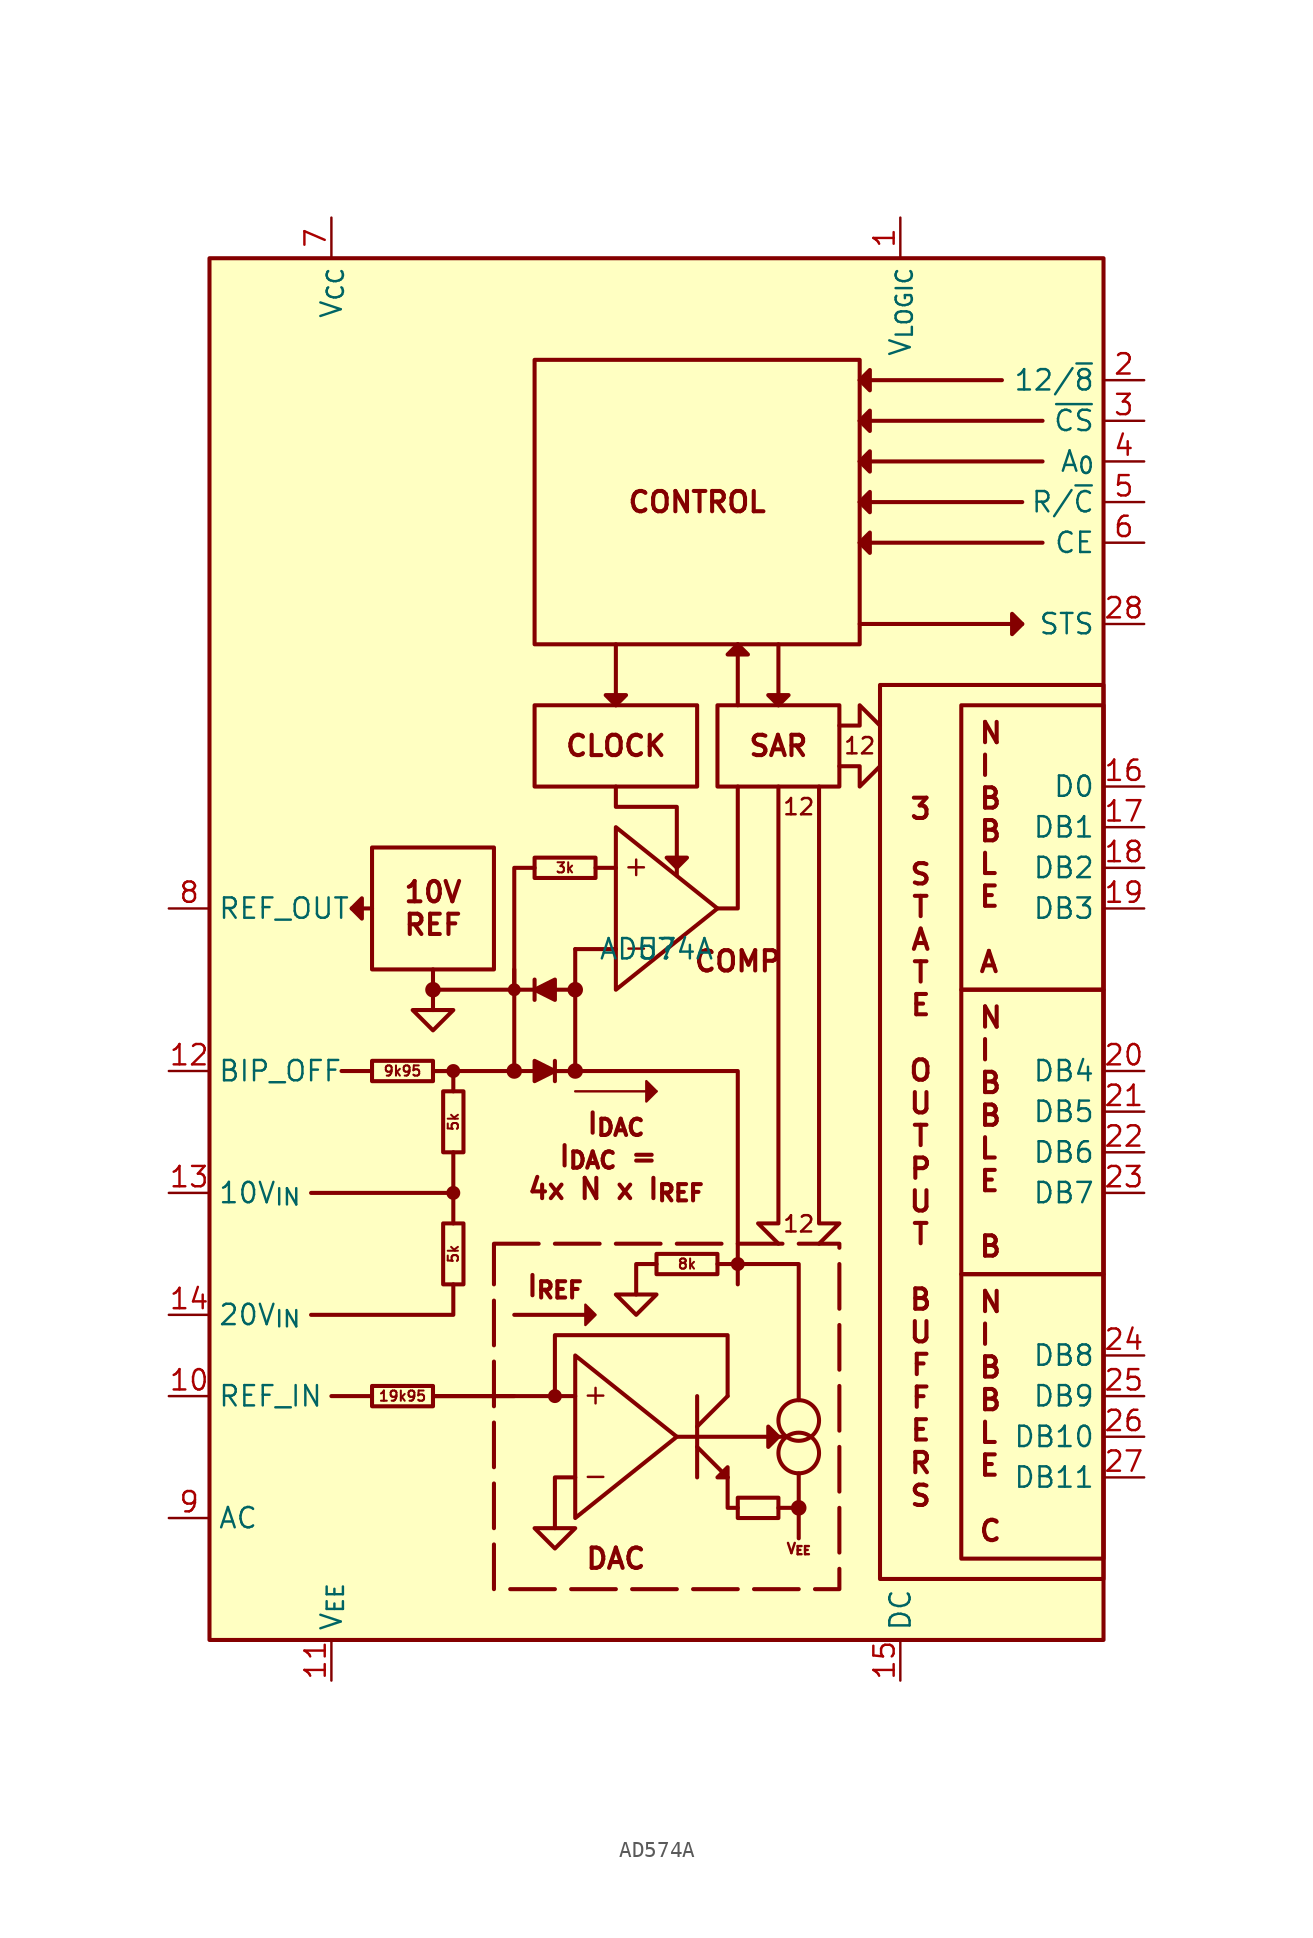
<source format=kicad_sym>
(kicad_symbol_lib
  (version 20231120)
  (generator "kicad_symbol_editor")
  (generator_version "8.0")
  (symbol "AD574A"
    (property "Reference" "U"
      (at 0 0 0)
      (effects (font (size 1.27 1.27))))
    (property "Value" "AD574A"
      (at 0 0 0)
      (effects (font (size 1.27 1.27))))
    (symbol "AD574A_1_1"
      (rectangle (start -27.94 43.18) (end 27.94 -43.18) (stroke (width 0.254) (type default)) (fill (type background)))
      (circle (center -13.97 -2.54) (radius 0.359) (stroke (width 0.254) (type default)) (fill (type outline)))
      (circle (center -12.7 -15.24) (radius 0.359) (stroke (width 0) (type default)) (fill (type outline)))
      (circle (center -12.7 -7.62) (radius 0.359) (stroke (width 0) (type default)) (fill (type outline)))
      (rectangle (start -10.16 -18.415) (end 11.43 -40.005) (stroke (width 0.254) (type dash)) (fill (type none)))
      (circle (center -8.89 -7.62) (radius 0.359) (stroke (width 0.254) (type default)) (fill (type outline)))
      (circle (center -8.89 -2.54) (radius 0.276) (stroke (width 0.254) (type default)) (fill (type outline)))
      (circle (center -6.35 -27.94) (radius 0.359) (stroke (width 0) (type default)) (fill (type outline)))
      (circle (center -5.08 -7.62) (radius 0.359) (stroke (width 0.254) (type default)) (fill (type outline)))
      (circle (center -5.08 -2.54) (radius 0.359) (stroke (width 0.254) (type default)) (fill (type outline)))
      (polyline (pts (xy -20.32 -27.94) (xy -17.78 -27.94)) (stroke (width 0.254) (type default)) (fill (type none)))
      (polyline (pts (xy -19.05 2.54) (xy -17.78 2.54)) (stroke (width 0.254) (type default)) (fill (type none)))
      (polyline (pts (xy -17.78 -7.62) (xy -19.685 -7.62)) (stroke (width 0.254) (type default)) (fill (type none)))
      (polyline (pts (xy -13.97 -27.94) (xy -6.35 -27.94)) (stroke (width 0.254) (type default)) (fill (type none)))
      (polyline (pts (xy -13.97 -1.27) (xy -13.97 -3.81)) (stroke (width 0.254) (type default)) (fill (type none)))
      (polyline (pts (xy -12.7 -15.24) (xy -12.7 -12.7)) (stroke (width 0.254) (type default)) (fill (type none)))
      (polyline (pts (xy -8.89 -22.86) (xy -4.445 -22.86)) (stroke (width 0.254) (type default)) (fill (type none)))
      (polyline (pts (xy -8.89 -7.62) (xy -13.97 -7.62)) (stroke (width 0.254) (type default)) (fill (type none)))
      (polyline (pts (xy -7.62 -1.905) (xy -7.62 -3.175)) (stroke (width 0.254) (type default)) (fill (type none)))
      (polyline (pts (xy -6.35 -8.255) (xy -6.35 -6.985)) (stroke (width 0.254) (type default)) (fill (type none)))
      (polyline (pts (xy -5.08 -8.89) (xy 0 -8.89)) (stroke (width 0) (type default)) (fill (type none)))
      (polyline (pts (xy -2.54 0) (xy -5.08 0)) (stroke (width 0.254) (type default)) (fill (type none)))
      (polyline (pts (xy -2.54 5.08) (xy -3.81 5.08)) (stroke (width 0.254) (type default)) (fill (type none)))
      (polyline (pts (xy -2.54 15.24) (xy -2.54 19.05)) (stroke (width 0.254) (type default)) (fill (type none)))
      (polyline (pts (xy 1.27 -30.48) (xy 8.128 -30.48)) (stroke (width 0.254) (type default)) (fill (type none)))
      (polyline (pts (xy 2.54 -31.115) (xy 4.445 -33.02)) (stroke (width 0.254) (type default)) (fill (type none)))
      (polyline (pts (xy 2.54 -29.845) (xy 4.445 -27.94)) (stroke (width 0.254) (type default)) (fill (type none)))
      (polyline (pts (xy 2.54 -27.94) (xy 2.54 -33.02)) (stroke (width 0.254) (type default)) (fill (type none)))
      (polyline (pts (xy 7.62 15.24) (xy 7.62 19.05)) (stroke (width 0.254) (type default)) (fill (type none)))
      (polyline (pts (xy 8.89 -34.925) (xy 8.89 -36.83)) (stroke (width 0.254) (type default)) (fill (type none)))
      (polyline (pts (xy 12.7 20.32) (xy 22.86 20.32)) (stroke (width 0.254) (type default)) (fill (type none)))
      (polyline (pts (xy 21.59 35.56) (xy 12.7 35.56)) (stroke (width 0.254) (type default)) (fill (type none)))
      (polyline (pts (xy 22.86 27.94) (xy 12.7 27.94)) (stroke (width 0.254) (type default)) (fill (type none)))
      (polyline (pts (xy 24.13 25.4) (xy 12.7 25.4)) (stroke (width 0.254) (type default)) (fill (type none)))
      (polyline (pts (xy 24.13 30.48) (xy 12.7 30.48)) (stroke (width 0.254) (type default)) (fill (type none)))
      (polyline (pts (xy 24.13 33.02) (xy 12.7 33.02)) (stroke (width 0.254) (type default)) (fill (type none)))
      (polyline (pts (xy -21.59 -22.86) (xy -12.7 -22.86) (xy -12.7 -20.955)) (stroke (width 0.254) (type default)) (fill (type none)))
      (polyline (pts (xy -21.59 -15.24) (xy -12.7 -15.24) (xy -12.7 -17.145)) (stroke (width 0.254) (type default)) (fill (type none)))
      (polyline (pts (xy -13.97 -27.94) (xy -13.97 -27.94) (xy -8.89 -27.94)) (stroke (width 0.254) (type default)) (fill (type none)))
      (polyline (pts (xy -13.97 -7.62) (xy -12.7 -7.62) (xy -12.7 -8.89)) (stroke (width 0.254) (type default)) (fill (type none)))
      (polyline (pts (xy -13.97 -2.54) (xy -8.89 -2.54) (xy -8.89 -1.27)) (stroke (width 0.254) (type default)) (fill (type none)))
      (polyline (pts (xy -6.35 -36.195) (xy -6.35 -33.02) (xy -5.08 -33.02)) (stroke (width 0.254) (type default)) (fill (type none)))
      (polyline (pts (xy -1.27 -21.59) (xy -1.27 -19.685) (xy 0 -19.685)) (stroke (width 0.254) (type default)) (fill (type none)))
      (polyline (pts (xy 5.08 -34.925) (xy 4.445 -34.925) (xy 4.445 -33.02)) (stroke (width 0.254) (type default)) (fill (type none)))
      (polyline (pts (xy 5.08 10.16) (xy 5.08 2.54) (xy 3.81 2.54)) (stroke (width 0.254) (type default)) (fill (type none)))
      (polyline (pts (xy 5.08 15.24) (xy 5.08 16.51) (xy 5.08 19.05)) (stroke (width 0.254) (type default)) (fill (type none)))
      (polyline (pts (xy 7.62 -34.925) (xy 8.89 -34.925) (xy 8.89 -32.766)) (stroke (width 0.254) (type default)) (fill (type none)))
      (polyline (pts (xy 8.89 -28.194) (xy 8.89 -19.685) (xy 3.81 -19.685)) (stroke (width 0.254) (type default)) (fill (type none)))
      (polyline (pts (xy -19.05 2.54) (xy -18.415 3.175) (xy -18.415 1.905) (xy -19.05 2.54)) (stroke (width 0.254) (type default)) (fill (type outline)))
      (polyline (pts (xy -15.24 -3.81) (xy -12.7 -3.81) (xy -13.97 -5.08) (xy -15.24 -3.81)) (stroke (width 0.254) (type default)) (fill (type none)))
      (polyline (pts (xy -8.89 -2.54) (xy -8.89 -7.62) (xy -5.08 -7.62) (xy -5.08 -2.54)) (stroke (width 0.254) (type default)) (fill (type none)))
      (polyline (pts (xy -7.62 -36.195) (xy -5.08 -36.195) (xy -6.35 -37.465) (xy -7.62 -36.195)) (stroke (width 0.254) (type default)) (fill (type none)))
      (polyline (pts (xy -7.62 -2.54) (xy -6.35 -1.905) (xy -6.35 -3.175) (xy -7.62 -2.54)) (stroke (width 0.254) (type default)) (fill (type outline)))
      (polyline (pts (xy -6.35 -7.62) (xy -7.62 -8.255) (xy -7.62 -6.985) (xy -6.35 -7.62)) (stroke (width 0.254) (type default)) (fill (type outline)))
      (polyline (pts (xy -6.35 -7.62) (xy 5.08 -7.62) (xy 5.08 -17.78) (xy 5.08 -20.955)) (stroke (width 0.254) (type default)) (fill (type none)))
      (polyline (pts (xy -5.08 -25.4) (xy 1.27 -30.48) (xy -5.08 -35.56) (xy -5.08 -25.4)) (stroke (width 0.254) (type default)) (fill (type none)))
      (polyline (pts (xy -3.81 -22.86) (xy -4.445 -23.495) (xy -4.445 -22.225) (xy -3.81 -22.86)) (stroke (width 0) (type default)) (fill (type outline)))
      (polyline (pts (xy -2.54 -21.59) (xy 0 -21.59) (xy -1.27 -22.86) (xy -2.54 -21.59)) (stroke (width 0.254) (type default)) (fill (type none)))
      (polyline (pts (xy -2.54 7.62) (xy 3.81 2.54) (xy -2.54 -2.54) (xy -2.54 7.62)) (stroke (width 0.254) (type default)) (fill (type none)))
      (polyline (pts (xy -2.54 10.16) (xy -2.54 8.89) (xy 1.27 8.89) (xy 1.27 4.597)) (stroke (width 0.254) (type default)) (fill (type none)))
      (polyline (pts (xy -2.54 15.24) (xy -3.175 15.875) (xy -1.905 15.875) (xy -2.54 15.24)) (stroke (width 0.254) (type default)) (fill (type outline)))
      (polyline (pts (xy 0 -8.89) (xy -0.635 -9.525) (xy -0.635 -8.255) (xy 0 -8.89)) (stroke (width 0) (type default)) (fill (type outline)))
      (polyline (pts (xy 1.27 5.08) (xy 0.635 5.715) (xy 1.905 5.715) (xy 1.27 5.08)) (stroke (width 0.254) (type default)) (fill (type outline)))
      (polyline (pts (xy 4.445 -33.02) (xy 3.81 -33.02) (xy 4.445 -32.385) (xy 4.445 -33.02)) (stroke (width 0.254) (type default)) (fill (type outline)))
      (polyline (pts (xy 5.08 19.05) (xy 5.715 18.415) (xy 4.445 18.415) (xy 5.08 19.05)) (stroke (width 0.254) (type default)) (fill (type outline)))
      (polyline (pts (xy 7.62 -30.48) (xy 6.985 -31.115) (xy 6.985 -29.845) (xy 7.62 -30.48)) (stroke (width 0.254) (type default)) (fill (type outline)))
      (polyline (pts (xy 7.62 15.24) (xy 6.985 15.875) (xy 8.255 15.875) (xy 7.62 15.24)) (stroke (width 0.254) (type default)) (fill (type outline)))
      (polyline (pts (xy 11.43 11.43) (xy 12.7 11.43) (xy 12.7 10.16) (xy 13.97 11.43)) (stroke (width 0.254) (type default)) (fill (type none)))
      (polyline (pts (xy 11.43 13.97) (xy 12.7 13.97) (xy 12.7 15.24) (xy 13.97 13.97)) (stroke (width 0.254) (type default)) (fill (type none)))
      (polyline (pts (xy 12.7 25.4) (xy 13.335 26.035) (xy 13.335 24.765) (xy 12.7 25.4)) (stroke (width 0.254) (type default)) (fill (type outline)))
      (polyline (pts (xy 12.7 27.94) (xy 13.335 28.575) (xy 13.335 27.305) (xy 12.7 27.94)) (stroke (width 0.254) (type default)) (fill (type outline)))
      (polyline (pts (xy 12.7 30.48) (xy 13.335 31.115) (xy 13.335 29.845) (xy 12.7 30.48)) (stroke (width 0.254) (type default)) (fill (type outline)))
      (polyline (pts (xy 12.7 33.02) (xy 13.335 33.655) (xy 13.335 32.385) (xy 12.7 33.02)) (stroke (width 0.254) (type default)) (fill (type outline)))
      (polyline (pts (xy 12.7 35.56) (xy 13.335 36.195) (xy 13.335 34.925) (xy 12.7 35.56)) (stroke (width 0.254) (type default)) (fill (type outline)))
      (polyline (pts (xy 22.86 20.32) (xy 22.225 19.685) (xy 22.225 20.955) (xy 22.86 20.32)) (stroke (width 0.254) (type default)) (fill (type outline)))
      (polyline (pts (xy -5.08 0) (xy -5.08 -2.54) (xy -8.89 -2.54) (xy -8.89 5.08) (xy -7.62 5.08)) (stroke (width 0.254) (type default)) (fill (type none)))
      (polyline (pts (xy 4.445 -27.94) (xy 4.445 -24.13) (xy -6.35 -24.13) (xy -6.35 -27.94) (xy -5.08 -27.94)) (stroke (width 0.254) (type default)) (fill (type none)))
      (polyline (pts (xy 7.62 -18.415) (xy 6.35 -17.145) (xy 7.62 -17.145) (xy 7.62 -15.24) (xy 7.62 8.89) (xy 7.62 10.16) (xy 7.62 10.16)) (stroke (width 0.254) (type default)) (fill (type none)))
      (polyline (pts (xy 10.16 10.16) (xy 10.16 8.89) (xy 10.16 8.89) (xy 10.16 -17.145) (xy 11.43 -17.145) (xy 10.16 -18.415) (xy 11.43 -17.145)) (stroke (width 0.254) (type default)) (fill (type none)))
      (rectangle (start 5.08 -34.29) (end 7.62 -35.56) (stroke (width 0.254) (type default)) (fill (type none)))
      (circle (center 5.08 -19.685) (radius 0.359) (stroke (width 0) (type default)) (fill (type outline)))
      (circle (center 8.89 -34.925) (radius 0.359) (stroke (width 0.254) (type default)) (fill (type outline)))
      (circle (center 8.89 -31.496) (radius 1.27) (stroke (width 0.254) (type default)) (fill (type none)))
      (circle (center 8.89 -29.464) (radius 1.27) (stroke (width 0.254) (type default)) (fill (type none)))
      (text "+" (at -3.81 -27.813 0) (effects (font (size 1.27 1.27))))
      (text "+" (at -1.27 5.207 0) (effects (font (size 1.27 1.27))))
      (text "-" (at -3.81 -32.893 0) (effects (font (size 1.27 1.27))))
      (text "-" (at -1.27 0.127 0) (effects (font (size 1.27 1.27))))
      (text "12" (at 8.89 -17.78 0) (effects (font (size 1.016 1.016)) (justify bottom)))
      (text "12" (at 8.89 8.89 0) (effects (font (size 1.016 1.016))))
      (text "12" (at 12.7 12.7 0) (effects (font (size 1.016 1.016))))
      (text "3\n\nS\nT\nA\nT\nE\n\nO\nU\nT\nP\nU\nT\n\nB\nU\nF\nF\nE\nR\nS" (at 16.51 -12.7 0) (effects (font (size 1.27 1.27) (bold yes))))
      (text "COMP" (at 5.08 -0.762 0) (effects (font (size 1.27 1.27) (bold yes))))
      (text "DAC" (at -2.54 -38.1 0) (effects (font (size 1.27 1.27) (bold yes))))
      (text "I_{DAC}\nI_{DAC} = \n4x N x I_{REF}" (at -2.54 -10.16 0) (effects (font (size 1.27 1.27) (bold yes)) (justify top)))
      (text "I_{REF}" (at -6.35 -20.32 0) (effects (font (size 1.27 1.27) (bold yes)) (justify top)))
      (text "V_{EE}" (at 8.89 -37.465 0) (effects (font (size 0.635 0.635))))
      (text_box "" (at 13.97 16.51 0) (size 13.97 -55.88) (stroke (width 0.254) (type default)) (fill (type none)) (effects (font (size 1.27 1.27) (bold yes)) (justify left)))
      (text_box "10V\nREF" (at -17.78 6.35 0) (size 7.62 -7.62) (stroke (width 0.254) (type default)) (fill (type none)) (effects (font (size 1.27 1.27) (bold yes))))
      (text_box "19k95" (at -17.78 -27.305 0) (size 3.81 -1.27) (stroke (width 0.254) (type default)) (fill (type none)) (effects (font (size 0.635 0.635) (bold yes))))
      (text_box "3k" (at -7.62 5.715 0) (size 3.81 -1.27) (stroke (width 0.254) (type default)) (fill (type none)) (effects (font (size 0.635 0.635) (bold yes))))
      (text_box "5k" (at -13.335 -17.145 90) (size 1.27 -3.81) (stroke (width 0.254) (type default)) (fill (type none)) (effects (font (size 0.635 0.635) (bold yes))))
      (text_box "5k" (at -13.335 -8.89 90) (size 1.27 -3.81) (stroke (width 0.254) (type default)) (fill (type none)) (effects (font (size 0.635 0.635) (bold yes))))
      (text_box "8k" (at 0 -19.05 0) (size 3.81 -1.27) (stroke (width 0.254) (type default)) (fill (type none)) (effects (font (size 0.635 0.635) (bold yes))))
      (text_box "9k95" (at -17.78 -6.985 0) (size 3.81 -1.27) (stroke (width 0.254) (type default)) (fill (type none)) (effects (font (size 0.635 0.635) (bold yes))))
      (text_box "CLOCK" (at -7.62 15.24 0) (size 10.16 -5.08) (stroke (width 0.254) (type default)) (fill (type none)) (effects (font (size 1.27 1.27) (bold yes))))
      (text_box "CONTROL" (at -7.62 36.83 0) (size 20.32 -17.78) (stroke (width 0.254) (type default)) (fill (type none)) (effects (font (size 1.27 1.27) (thickness 0.254) (bold yes))))
      (text_box "N\nI\nB\nB\nL\nE\n\nA" (at 19.05 15.24 0) (size 8.89 -17.78) (stroke (width 0.254) (type default)) (fill (type none)) (effects (font (size 1.27 1.27) (thickness 0.254) (bold yes)) (justify left)))
      (text_box "N\nI\nB\nB\nL\nE\n\nB" (at 19.05 -2.54 0) (size 8.89 -17.78) (stroke (width 0.254) (type default)) (fill (type none)) (effects (font (size 1.27 1.27) (thickness 0.254) (bold yes)) (justify left)))
      (text_box "N\nI\nB\nB\nL\nE\n\nC" (at 19.05 -20.32 0) (size 8.89 -17.78) (stroke (width 0.254) (type default)) (fill (type none)) (effects (font (size 1.27 1.27) (thickness 0.254) (bold yes)) (justify left)))
      (text_box "SAR" (at 3.81 15.24 0) (size 7.62 -5.08) (stroke (width 0.254) (type default)) (fill (type none)) (effects (font (size 1.27 1.27) (bold yes))))
      (pin power_in line (at 15.24 45.72 270) (length 2.54) (name "V_{LOGIC}" (effects (font (size 1.27 1.27)))) (number "1" (effects (font (size 1.27 1.27)))))
      (pin input line (at -30.48 -27.94 0) (length 2.54) (name "REF_IN" (effects (font (size 1.27 1.27)))) (number "10" (effects (font (size 1.27 1.27)))))
      (pin power_in line (at -20.32 -45.72 90) (length 2.54) (name "V_{EE}" (effects (font (size 1.27 1.27)))) (number "11" (effects (font (size 1.27 1.27)))))
      (pin input line (at -30.48 -7.62 0) (length 2.54) (name "BIP_OFF" (effects (font (size 1.27 1.27)))) (number "12" (effects (font (size 1.27 1.27)))))
      (pin input line (at -30.48 -15.24 0) (length 2.54) (name "10V_{IN}" (effects (font (size 1.27 1.27)))) (number "13" (effects (font (size 1.27 1.27)))))
      (pin input line (at -30.48 -22.86 0) (length 2.54) (name "20V_{IN}" (effects (font (size 1.27 1.27)))) (number "14" (effects (font (size 1.27 1.27)))))
      (pin power_in line (at 15.24 -45.72 90) (length 2.54) (name "DC" (effects (font (size 1.27 1.27)))) (number "15" (effects (font (size 1.27 1.27)))))
      (pin output line (at 30.48 10.16 180) (length 2.54) (name "D0" (effects (font (size 1.27 1.27)))) (number "16" (effects (font (size 1.27 1.27)))))
      (pin output line (at 30.48 7.62 180) (length 2.54) (name "DB1" (effects (font (size 1.27 1.27)))) (number "17" (effects (font (size 1.27 1.27)))))
      (pin output line (at 30.48 5.08 180) (length 2.54) (name "DB2" (effects (font (size 1.27 1.27)))) (number "18" (effects (font (size 1.27 1.27)))))
      (pin output line (at 30.48 2.54 180) (length 2.54) (name "DB3" (effects (font (size 1.27 1.27)))) (number "19" (effects (font (size 1.27 1.27)))))
      (pin input line (at 30.48 35.56 180) (length 2.54) (name "12/~{8}" (effects (font (size 1.27 1.27)))) (number "2" (effects (font (size 1.27 1.27)))))
      (pin output line (at 30.48 -7.62 180) (length 2.54) (name "DB4" (effects (font (size 1.27 1.27)))) (number "20" (effects (font (size 1.27 1.27)))))
      (pin output line (at 30.48 -10.16 180) (length 2.54) (name "DB5" (effects (font (size 1.27 1.27)))) (number "21" (effects (font (size 1.27 1.27)))))
      (pin output line (at 30.48 -12.7 180) (length 2.54) (name "DB6" (effects (font (size 1.27 1.27)))) (number "22" (effects (font (size 1.27 1.27)))))
      (pin output line (at 30.48 -15.24 180) (length 2.54) (name "DB7" (effects (font (size 1.27 1.27)))) (number "23" (effects (font (size 1.27 1.27)))))
      (pin output line (at 30.48 -25.4 180) (length 2.54) (name "DB8" (effects (font (size 1.27 1.27)))) (number "24" (effects (font (size 1.27 1.27)))))
      (pin output line (at 30.48 -27.94 180) (length 2.54) (name "DB9" (effects (font (size 1.27 1.27)))) (number "25" (effects (font (size 1.27 1.27)))))
      (pin output line (at 30.48 -30.48 180) (length 2.54) (name "DB10" (effects (font (size 1.27 1.27)))) (number "26" (effects (font (size 1.27 1.27)))))
      (pin output line (at 30.48 -33.02 180) (length 2.54) (name "DB11" (effects (font (size 1.27 1.27)))) (number "27" (effects (font (size 1.27 1.27)))))
      (pin output line (at 30.48 20.32 180) (length 2.54) (name "STS" (effects (font (size 1.27 1.27)))) (number "28" (effects (font (size 1.27 1.27)))))
      (pin input line (at 30.48 33.02 180) (length 2.54) (name "~{CS}" (effects (font (size 1.27 1.27)))) (number "3" (effects (font (size 1.27 1.27)))))
      (pin input line (at 30.48 30.48 180) (length 2.54) (name "A_{0}" (effects (font (size 1.27 1.27)))) (number "4" (effects (font (size 1.27 1.27)))))
      (pin input line (at 30.48 27.94 180) (length 2.54) (name "R/~{C}" (effects (font (size 1.27 1.27)))) (number "5" (effects (font (size 1.27 1.27)))))
      (pin input line (at 30.48 25.4 180) (length 2.54) (name "CE" (effects (font (size 1.27 1.27)))) (number "6" (effects (font (size 1.27 1.27)))))
      (pin power_in line (at -20.32 45.72 270) (length 2.54) (name "V_{CC}" (effects (font (size 1.27 1.27)))) (number "7" (effects (font (size 1.27 1.27)))))
      (pin output line (at -30.48 2.54 0) (length 2.54) (name "REF_OUT" (effects (font (size 1.27 1.27)))) (number "8" (effects (font (size 1.27 1.27)))))
      (pin passive line (at -30.48 -35.56 0) (length 2.54) (name "AC" (effects (font (size 1.27 1.27)))) (number "9" (effects (font (size 1.27 1.27))))))))
</source>
